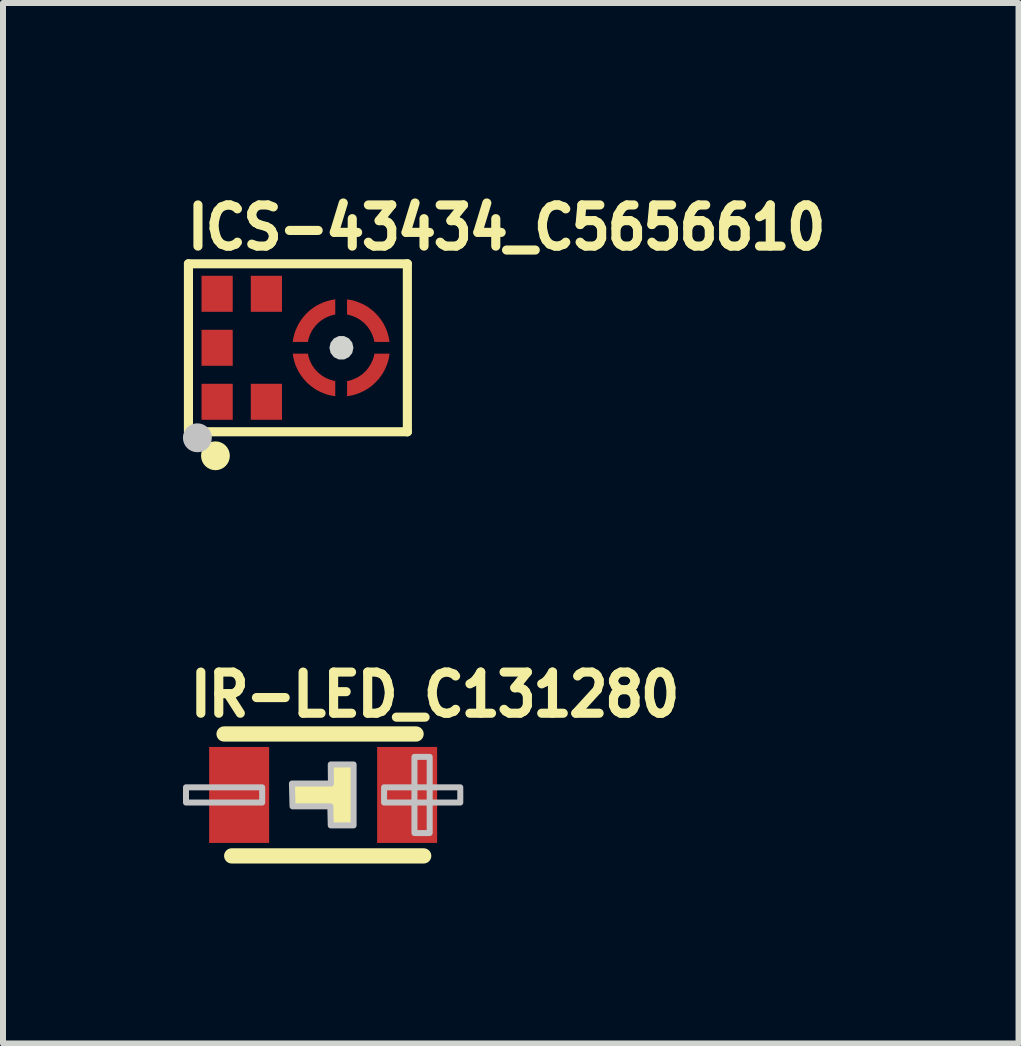
<source format=kicad_pcb>
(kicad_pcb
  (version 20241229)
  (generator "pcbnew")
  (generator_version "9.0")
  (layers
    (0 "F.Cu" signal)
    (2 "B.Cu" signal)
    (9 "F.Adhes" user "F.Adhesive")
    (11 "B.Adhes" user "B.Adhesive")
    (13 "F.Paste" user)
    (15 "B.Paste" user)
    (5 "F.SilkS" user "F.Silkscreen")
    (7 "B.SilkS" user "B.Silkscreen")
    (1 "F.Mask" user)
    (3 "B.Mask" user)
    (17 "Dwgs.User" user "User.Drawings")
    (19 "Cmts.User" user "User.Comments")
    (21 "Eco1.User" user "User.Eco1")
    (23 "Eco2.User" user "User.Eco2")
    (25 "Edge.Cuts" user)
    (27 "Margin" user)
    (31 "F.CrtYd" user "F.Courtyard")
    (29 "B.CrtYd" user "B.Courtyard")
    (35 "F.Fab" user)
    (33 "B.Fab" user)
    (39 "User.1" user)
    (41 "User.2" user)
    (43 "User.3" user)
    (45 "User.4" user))
  (footprint "ICS-43434_C5656610"
    (layer "F.Cu")
    (at 1.855 2.747)
    (property "Reference" "ICS-43434_C5656610" (at -1.855 -1.603 0) (layer "F.SilkS") (effects (font (size 0.686 0.628) (thickness 0.152)) (justify left bottom)))
    (fp_line (start -1.764 -1.4) (end -1.764 1.4) (stroke (width 0.152) (type default)) (layer "F.SilkS"))
    (fp_line (start -1.764 -1.4) (end 1.885 -1.4) (stroke (width 0.152) (type default)) (layer "F.SilkS"))
    (fp_line (start 1.885 -1.4) (end 1.885 1.4) (stroke (width 0.152) (type default)) (layer "F.SilkS"))
    (fp_line (start 1.885 1.4) (end -1.714 1.4) (stroke (width 0.152) (type default)) (layer "F.SilkS"))
    (fp_circle (center -1.314 1.8) (end -1.194 1.8) (stroke (width 0.24) (type default)) (fill no) (layer "F.SilkS"))
    (fp_circle (center -1.615 1.5) (end -1.494 1.5) (stroke (width 0.24) (type default)) (fill no) (layer "Dwgs.User"))
    (fp_poly (pts (xy 0.986 0) (xy 0.966 -0.087) (xy 0.911 -0.156) (xy 0.831 -0.195) (xy 0.741 -0.195) (xy 0.661 -0.156) (xy 0.606 -0.087) (xy 0.586 0) (xy 0.606 0.087) (xy 0.661 0.156) (xy 0.741 0.195) (xy 0.831 0.195) (xy 0.911 0.156) (xy 0.966 0.087)) (stroke (width 0) (type default)) (fill yes) (layer "Edge.Cuts"))
    (fp_poly (pts (xy -1.546 -0.6) (xy -1.546 -1.2) (xy -1.026 -1.2) (xy -1.026 -0.6)) (stroke (width 0.1) (type default)) (fill no) (layer "User.1"))
    (fp_poly (pts (xy -1.546 0.3) (xy -1.546 -0.3) (xy -1.026 -0.3) (xy -1.026 0.3)) (stroke (width 0.1) (type default)) (fill no) (layer "User.1"))
    (fp_poly (pts (xy -1.546 1.2) (xy -1.546 0.6) (xy -1.026 0.6) (xy -1.026 1.2)) (stroke (width 0.1) (type default)) (fill no) (layer "User.1"))
    (fp_poly (pts (xy -0.725 -0.6) (xy -0.725 -1.2) (xy -0.204 -1.2) (xy -0.204 -0.6)) (stroke (width 0.1) (type default)) (fill no) (layer "User.1"))
    (fp_poly (pts (xy -0.725 1.2) (xy -0.725 0.6) (xy -0.204 0.6) (xy -0.204 1.2)) (stroke (width 0.1) (type default)) (fill no) (layer "User.1"))
    (fp_poly (pts (xy 0.683 0.807) (arc (start 0.6835 0.5545) (mid 0.382925 0.398136) (end 0.227 0.0975)) (xy -0.025 0.098) (arc (start -0.0255 0.0985) (mid 0.206454 0.574695) (end 0.6825 0.807))) (stroke (width 0.1) (type default)) (fill no) (layer "User.1"))
    (fp_poly (pts (xy 0.879 -0.807) (arc (start 0.879 -0.5545) (mid 1.179341 -0.397993) (end 1.3355 -0.0975)) (xy 1.587 -0.098) (arc (start 1.588 -0.0985) (mid 1.356046 -0.574695) (end 0.88 -0.807))) (stroke (width 0.1) (type default)) (fill no) (layer "User.1"))
    (fp_poly (pts (xy -0.025 -0.098) (xy 0.227 -0.098) (arc (start 0.227 -0.0975) (mid 0.383273 -0.397788) (end 0.6835 -0.5545)) (xy 0.683 -0.806) (arc (start 0.6825 -0.807) (mid 0.206587 -0.574913) (end -0.0255 -0.099))) (stroke (width 0.1) (type default)) (fill no) (layer "User.1"))
    (fp_poly (pts (xy 1.588 0.098) (xy 1.335 0.098) (arc (start 1.3355 0.098) (mid 1.179167 0.398167) (end 0.879 0.5545)) (xy 0.879 0.806) (arc (start 0.88 0.807) (mid 1.355913 0.574913) (end 1.588 0.099))) (stroke (width 0.1) (type default)) (fill no) (layer "User.1"))
    (fp_line (start -1.675 -1.325) (end 1.825 -1.325) (stroke (width 0.051) (type default)) (layer "User.2"))
    (fp_line (start -1.675 1.325) (end -1.675 -1.325) (stroke (width 0.051) (type default)) (layer "User.2"))
    (fp_line (start 1.825 -1.325) (end 1.825 1.325) (stroke (width 0.051) (type default)) (layer "User.2"))
    (fp_line (start 1.825 1.325) (end -1.675 1.325) (stroke (width 0.051) (type default)) (layer "User.2"))
    (fp_poly (pts (xy -1.615 1.325) (xy -1.632 1.283) (xy -1.675 1.265) (xy -1.717 1.283) (xy -1.734 1.325) (xy -1.717 1.367) (xy -1.675 1.385) (xy -1.632 1.367)) (stroke (width 0.1) (type default)) (fill no) (layer "User.3"))
    (pad "1" smd rect (at -1.286 0.9 90) (size 0.6 0.52) (layers "F.Cu" "F.Mask" "F.Paste"))
    (pad "2" smd rect (at -0.465 0.9 90) (size 0.6 0.52) (layers "F.Cu" "F.Mask" "F.Paste"))
    (pad "3" smd custom (at 0.276 0.452) (size 0.000001 0.000001) (layers "F.Cu" "F.Mask" "F.Paste") (options (anchor circle)) (primitives (gr_poly (pts (xy 0.407 0.355) (xy 0.407 0.102) (xy 0.374 0.096) (xy 0.341 0.086) (xy 0.308 0.075) (xy 0.277 0.062) (xy 0.245 0.048) (xy 0.215 0.03) (xy 0.186 0.012) (xy 0.159 -0.009) (xy 0.132 -0.03) (xy 0.107 -0.054) (xy 0.084 -0.079) (xy 0.061 -0.105) (xy 0.042 -0.133) (xy 0.022 -0.162) (xy 0.006 -0.192) (xy -0.009 -0.223) (xy -0.022 -0.255) (xy -0.033 -0.287) (xy -0.042 -0.321) (xy -0.049 -0.354) (xy -0.3 -0.354) (xy -0.301 -0.353) (xy -0.295 -0.312) (xy -0.287 -0.272) (xy -0.277 -0.232) (xy -0.265 -0.192) (xy -0.251 -0.153) (xy -0.234 -0.115) (xy -0.216 -0.077) (xy -0.196 -0.041) (xy -0.174 -0.006) (xy -0.15 0.029) (xy -0.125 0.061) (xy -0.098 0.092) (xy -0.07 0.123) (xy -0.04 0.151) (xy -0.008 0.178) (xy 0.025 0.203) (xy 0.059 0.228) (xy 0.094 0.249) (xy 0.131 0.27) (xy 0.168 0.287) (xy 0.206 0.304) (xy 0.245 0.318) (xy 0.284 0.331) (xy 0.325 0.341) (xy 0.365 0.348) (xy 0.406 0.355)) (width 0) (fill yes))))
    (pad "3" smd custom (at 0.329 -0.505) (size 0.000001 0.000001) (layers "F.Cu" "F.Mask" "F.Paste") (options (anchor circle)) (primitives (gr_poly (pts (xy -0.354 0.407) (xy -0.102 0.407) (xy -0.095 0.373) (xy -0.086 0.341) (xy -0.075 0.308) (xy -0.062 0.276) (xy -0.047 0.245) (xy -0.03 0.215) (xy -0.012 0.186) (xy 0.009 0.159) (xy 0.03 0.132) (xy 0.054 0.107) (xy 0.079 0.084) (xy 0.105 0.061) (xy 0.134 0.041) (xy 0.162 0.022) (xy 0.192 0.005) (xy 0.223 -0.009) (xy 0.255 -0.022) (xy 0.287 -0.034) (xy 0.321 -0.043) (xy 0.354 -0.05) (xy 0.354 -0.301) (xy 0.353 -0.302) (xy 0.312 -0.296) (xy 0.272 -0.287) (xy 0.232 -0.278) (xy 0.192 -0.265) (xy 0.153 -0.251) (xy 0.115 -0.234) (xy 0.077 -0.216) (xy 0.041 -0.197) (xy 0.006 -0.174) (xy -0.028 -0.151) (xy -0.061 -0.126) (xy -0.092 -0.099) (xy -0.122 -0.07) (xy -0.151 -0.04) (xy -0.178 -0.008) (xy -0.203 0.025) (xy -0.227 0.059) (xy -0.249 0.094) (xy -0.269 0.13) (xy -0.287 0.168) (xy -0.303 0.205) (xy -0.318 0.244) (xy -0.33 0.284) (xy -0.341 0.325) (xy -0.348 0.365) (xy -0.354 0.406)) (width 0) (fill yes))))
    (pad "3" smd custom (at 1.234 0.505) (size 0.000001 0.000001) (layers "F.Cu" "F.Mask" "F.Paste") (options (anchor circle)) (primitives (gr_poly (pts (xy 0.354 -0.407) (xy 0.102 -0.407) (xy 0.102 -0.407) (xy 0.095 -0.373) (xy 0.086 -0.341) (xy 0.075 -0.308) (xy 0.062 -0.276) (xy 0.047 -0.245) (xy 0.03 -0.215) (xy 0.011 -0.186) (xy -0.009 -0.159) (xy -0.03 -0.132) (xy -0.054 -0.107) (xy -0.079 -0.084) (xy -0.105 -0.061) (xy -0.134 -0.041) (xy -0.163 -0.022) (xy -0.193 -0.005) (xy -0.224 0.009) (xy -0.255 0.022) (xy -0.287 0.034) (xy -0.321 0.043) (xy -0.354 0.05) (xy -0.354 0.301) (xy -0.353 0.302) (xy -0.312 0.296) (xy -0.272 0.287) (xy -0.232 0.278) (xy -0.192 0.265) (xy -0.153 0.251) (xy -0.115 0.234) (xy -0.077 0.216) (xy -0.042 0.197) (xy -0.006 0.174) (xy 0.028 0.151) (xy 0.061 0.126) (xy 0.092 0.099) (xy 0.122 0.07) (xy 0.151 0.04) (xy 0.178 0.009) (xy 0.203 -0.025) (xy 0.227 -0.059) (xy 0.249 -0.094) (xy 0.269 -0.13) (xy 0.287 -0.168) (xy 0.303 -0.205) (xy 0.318 -0.244) (xy 0.33 -0.284) (xy 0.341 -0.325) (xy 0.348 -0.365) (xy 0.354 -0.406)) (width 0) (fill yes))))
    (pad "3" smd custom (at 1.286 -0.452) (size 0.000001 0.000001) (layers "F.Cu" "F.Mask" "F.Paste") (options (anchor circle)) (primitives (gr_poly (pts (xy -0.407 -0.355) (xy -0.407 -0.102) (xy -0.374 -0.096) (xy -0.341 -0.086) (xy -0.308 -0.075) (xy -0.277 -0.062) (xy -0.245 -0.048) (xy -0.215 -0.03) (xy -0.186 -0.012) (xy -0.159 0.009) (xy -0.132 0.03) (xy -0.107 0.054) (xy -0.084 0.079) (xy -0.061 0.105) (xy -0.042 0.133) (xy -0.022 0.162) (xy -0.006 0.192) (xy 0.009 0.223) (xy 0.022 0.255) (xy 0.033 0.287) (xy 0.042 0.321) (xy 0.049 0.354) (xy 0.3 0.354) (xy 0.301 0.353) (xy 0.295 0.312) (xy 0.287 0.272) (xy 0.277 0.232) (xy 0.265 0.192) (xy 0.251 0.153) (xy 0.234 0.115) (xy 0.216 0.077) (xy 0.196 0.041) (xy 0.174 0.006) (xy 0.15 -0.029) (xy 0.125 -0.061) (xy 0.098 -0.092) (xy 0.07 -0.122) (xy 0.04 -0.151) (xy 0.008 -0.178) (xy -0.025 -0.203) (xy -0.059 -0.228) (xy -0.094 -0.249) (xy -0.131 -0.27) (xy -0.168 -0.287) (xy -0.206 -0.303) (xy -0.245 -0.318) (xy -0.284 -0.331) (xy -0.325 -0.341) (xy -0.365 -0.348) (xy -0.406 -0.355)) (width 0) (fill yes))))
    (pad "4" smd rect (at -0.465 -0.9 90) (size 0.6 0.52) (layers "F.Cu" "F.Mask" "F.Paste"))
    (pad "5" smd rect (at -1.286 -0.9 90) (size 0.6 0.52) (layers "F.Cu" "F.Mask" "F.Paste"))
    (pad "6" smd rect (at -1.286 0 90) (size 0.6 0.52) (layers "F.Cu" "F.Mask" "F.Paste")))
  (footprint "IR-LED_C131280"
    (layer "F.Cu")
    (at 2.336 10.2)
    (property "Reference" "IR-LED_C131280" (at -2.288 -1.27 0) (layer "F.SilkS") (effects (font (size 0.686 0.628) (thickness 0.152)) (justify left bottom)))
    (fp_line (start -1.651 -1.016) (end 1.549 -1.016) (stroke (width 0.254) (type default)) (layer "F.SilkS"))
    (fp_line (start -1.524 1.016) (end 1.676 1.016) (stroke (width 0.254) (type default)) (layer "F.SilkS"))
    (fp_rect (start -0.381 -0.064) (end 0.127 0.064) (stroke (width 0.254) (type default)) (fill no) (layer "F.SilkS"))
    (fp_rect (start 0.254 -0.381) (end 0.381 0.381) (stroke (width 0.254) (type default)) (fill no) (layer "F.SilkS"))
    (fp_poly (pts (xy -1.016 0.127) (xy -2.286 0.127) (xy -2.286 -0.127) (xy -1.016 -0.127)) (stroke (width 0.1) (type default)) (fill no) (layer "Dwgs.User"))
    (fp_poly (pts (xy 1.776 -0.635) (xy 1.776 0.635) (xy 1.522 0.635) (xy 1.522 -0.635)) (stroke (width 0.1) (type default)) (fill no) (layer "Dwgs.User"))
    (fp_poly (pts (xy 2.286 0.127) (xy 1.016 0.127) (xy 1.016 -0.127) (xy 2.286 -0.127)) (stroke (width 0.1) (type default)) (fill no) (layer "Dwgs.User"))
    (fp_poly (pts (xy 0.508 0.508) (xy 0.508 -0.508) (xy 0.127 -0.508) (xy 0.13 -0.19) (xy -0.52 -0.19) (xy -0.51 0.19) (xy 0.12 0.19) (xy 0.127 0.508)) (stroke (width 0.1) (type default)) (fill no) (layer "Dwgs.User"))
    (fp_poly (pts (xy -1.6 0.8) (xy -1.6 -0.8) (xy -1 -0.8) (xy -1 0.8)) (stroke (width 0.1) (type default)) (fill no) (layer "User.1"))
    (fp_poly (pts (xy 1 0.8) (xy 1 -0.8) (xy 1.6 -0.8) (xy 1.6 0.8)) (stroke (width 0.1) (type default)) (fill no) (layer "User.1"))
    (fp_line (start -1.549 -0.838) (end 1.651 -0.838) (stroke (width 0.051) (type default)) (layer "User.2"))
    (fp_line (start -1.549 0.762) (end -1.549 -0.838) (stroke (width 0.051) (type default)) (layer "User.2"))
    (fp_line (start 1.651 -0.838) (end 1.651 0.762) (stroke (width 0.051) (type default)) (layer "User.2"))
    (fp_line (start 1.651 0.762) (end -1.549 0.762) (stroke (width 0.051) (type default)) (layer "User.2"))
    (fp_poly (pts (xy -1.54 0.8) (xy -1.558 0.758) (xy -1.6 0.74) (xy -1.642 0.758) (xy -1.66 0.8) (xy -1.642 0.842) (xy -1.6 0.86) (xy -1.558 0.842)) (stroke (width 0.1) (type default)) (fill no) (layer "User.3"))
    (pad "1" smd rect (at -1.4 0) (size 1 1.6) (layers "F.Cu" "F.Mask" "F.Paste"))
    (pad "2" smd rect (at 1.4 0) (size 1 1.6) (layers "F.Cu" "F.Mask" "F.Paste")))
  (gr_rect
    (start -3 -3)
    (end 13.927 14.342)
    (stroke (width 0.1) (type default))
    (fill no)
    (layer "Edge.Cuts")))
</source>
